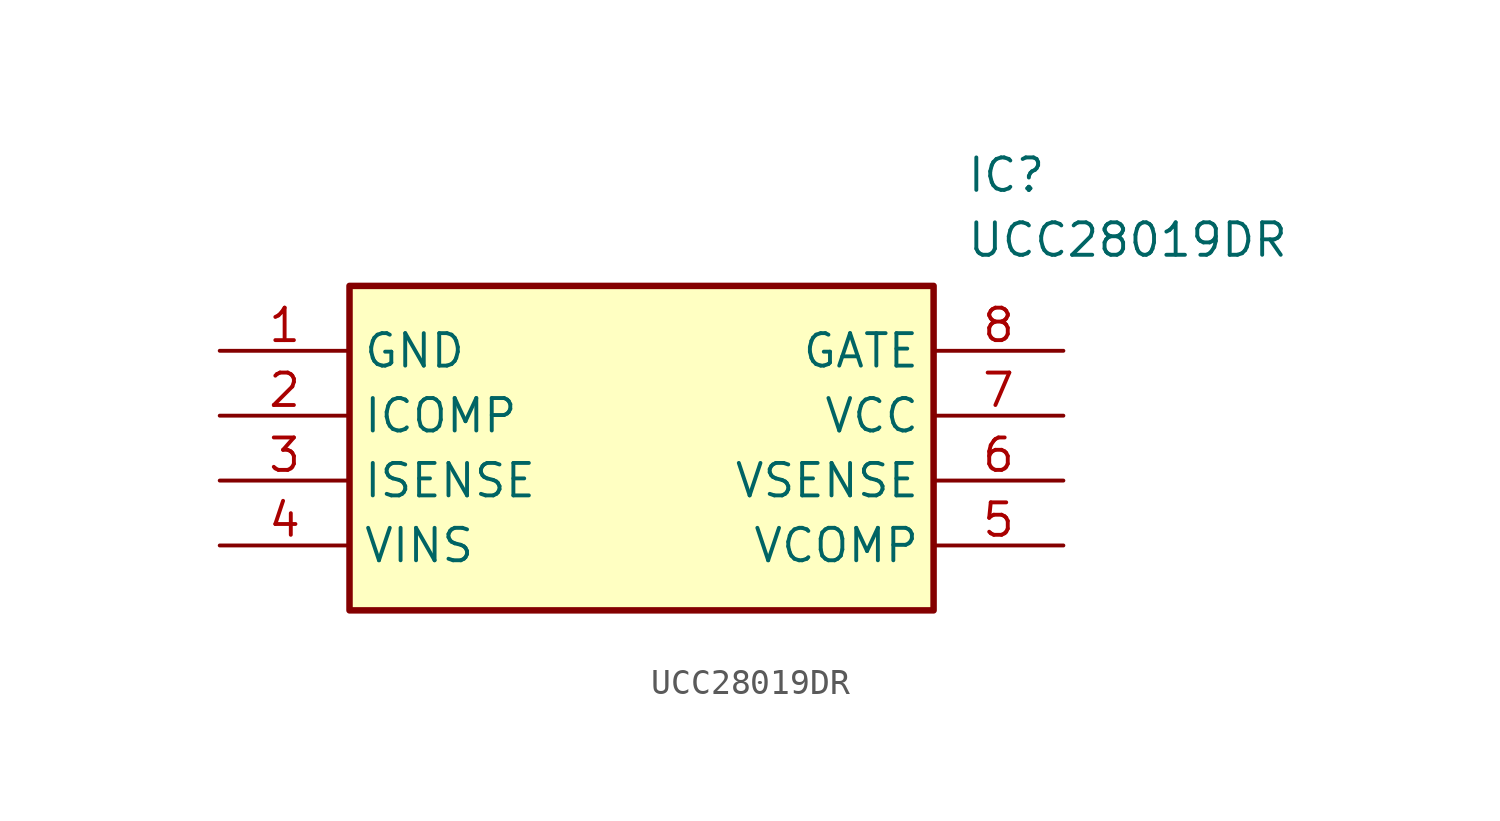
<source format=kicad_sym>
(kicad_symbol_lib
  (version 20211014)
  (generator SamacSys_ECAD_Model)
  (symbol "UCC28019DR"
    (property "Reference" "IC"
      (at 29.21 7.62 0)
      (effects (font (size 1.27 1.27)) (justify left top)))
    (property "Value" "UCC28019DR"
      (at 29.21 5.08 0)
      (effects (font (size 1.27 1.27)) (justify left top)))
    (rectangle
      (start 5.08 2.54)
      (end 27.94 -10.16)
      (stroke (width 0.254) (type default))
      (fill (type background)))
    (pin passive line
      (at 0 0 0)
      (length 5.08)
      (name "GND" (effects (font (size 1.27 1.27))))
      (number "1" (effects (font (size 1.27 1.27)))))
    (pin passive line
      (at 0 -2.54 0)
      (length 5.08)
      (name "ICOMP" (effects (font (size 1.27 1.27))))
      (number "2" (effects (font (size 1.27 1.27)))))
    (pin passive line
      (at 0 -5.08 0)
      (length 5.08)
      (name "ISENSE" (effects (font (size 1.27 1.27))))
      (number "3" (effects (font (size 1.27 1.27)))))
    (pin passive line
      (at 0 -7.62 0)
      (length 5.08)
      (name "VINS" (effects (font (size 1.27 1.27))))
      (number "4" (effects (font (size 1.27 1.27)))))
    (pin passive line
      (at 33.02 0 180)
      (length 5.08)
      (name "GATE" (effects (font (size 1.27 1.27))))
      (number "8" (effects (font (size 1.27 1.27)))))
    (pin passive line
      (at 33.02 -2.54 180)
      (length 5.08)
      (name "VCC" (effects (font (size 1.27 1.27))))
      (number "7" (effects (font (size 1.27 1.27)))))
    (pin passive line
      (at 33.02 -5.08 180)
      (length 5.08)
      (name "VSENSE" (effects (font (size 1.27 1.27))))
      (number "6" (effects (font (size 1.27 1.27)))))
    (pin passive line
      (at 33.02 -7.62 180)
      (length 5.08)
      (name "VCOMP" (effects (font (size 1.27 1.27))))
      (number "5" (effects (font (size 1.27 1.27)))))))
</source>
